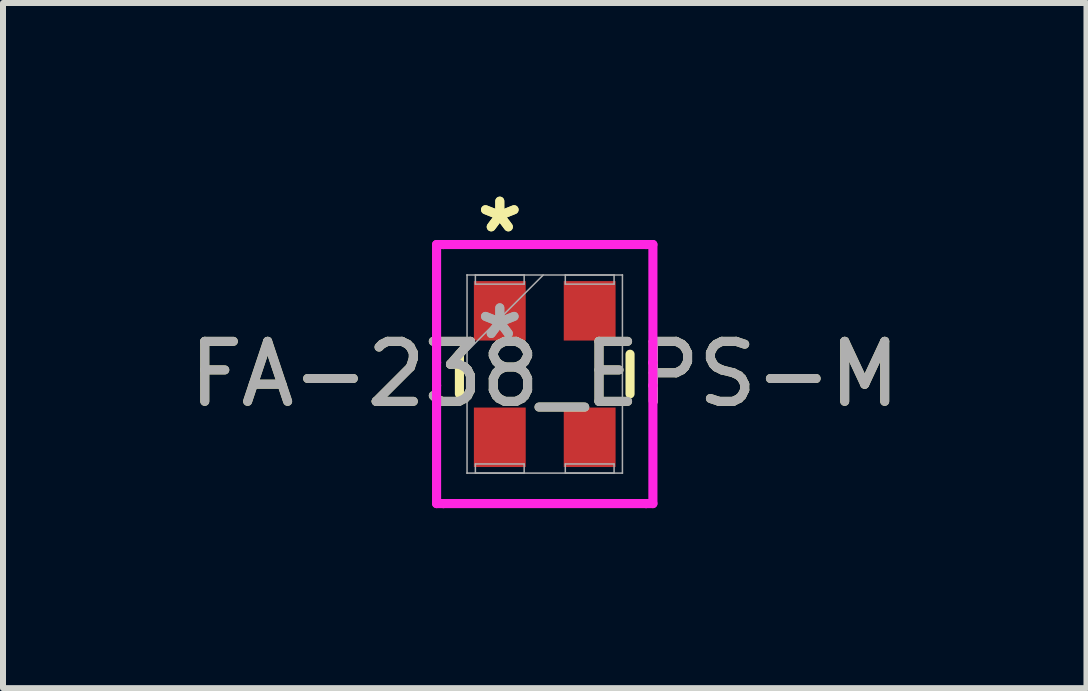
<source format=kicad_pcb>
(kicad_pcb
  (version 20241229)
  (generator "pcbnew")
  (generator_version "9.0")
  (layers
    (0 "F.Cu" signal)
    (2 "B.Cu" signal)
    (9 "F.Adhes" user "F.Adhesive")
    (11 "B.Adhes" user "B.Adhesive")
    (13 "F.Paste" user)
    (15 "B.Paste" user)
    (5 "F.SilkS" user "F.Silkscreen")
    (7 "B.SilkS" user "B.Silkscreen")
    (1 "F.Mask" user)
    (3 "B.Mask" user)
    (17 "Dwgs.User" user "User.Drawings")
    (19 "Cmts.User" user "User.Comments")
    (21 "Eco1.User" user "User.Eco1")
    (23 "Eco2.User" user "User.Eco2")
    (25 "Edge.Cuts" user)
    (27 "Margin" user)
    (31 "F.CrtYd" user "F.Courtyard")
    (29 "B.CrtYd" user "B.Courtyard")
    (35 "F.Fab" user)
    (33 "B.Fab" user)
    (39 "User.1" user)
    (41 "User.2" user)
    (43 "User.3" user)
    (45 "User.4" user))
  (footprint "FA-238_EPS-M"
    (layer "F.Cu")
    (at 6.03 3.185)
    (property "Reference" "FA-238_EPS-M" (at 0 0 0) (unlocked yes) (layer "F.SilkS") (effects (font (size 1 1) (thickness 0.15))))
    (attr smd)
    (fp_line (start -1.422 -0.33) (end -1.422 0.33) (stroke (width 0.152) (type solid)) (layer "F.SilkS"))
    (fp_line (start 1.422 0.33) (end 1.422 -0.33) (stroke (width 0.152) (type solid)) (layer "F.SilkS"))
    (fp_line (start -1.803 -2.159) (end -1.689 -2.159) (stroke (width 0.152) (type solid)) (layer "F.CrtYd"))
    (fp_line (start -1.803 -0.191) (end -1.803 -2.159) (stroke (width 0.152) (type solid)) (layer "F.CrtYd"))
    (fp_line (start -1.803 -0.191) (end -1.803 -0.191) (stroke (width 0.152) (type solid)) (layer "F.CrtYd"))
    (fp_line (start -1.803 0.191) (end -1.803 -0.191) (stroke (width 0.152) (type solid)) (layer "F.CrtYd"))
    (fp_line (start -1.803 0.191) (end -1.803 0.191) (stroke (width 0.152) (type solid)) (layer "F.CrtYd"))
    (fp_line (start -1.803 2.159) (end -1.803 0.191) (stroke (width 0.152) (type solid)) (layer "F.CrtYd"))
    (fp_line (start -1.689 -2.159) (end -1.689 -2.159) (stroke (width 0.152) (type solid)) (layer "F.CrtYd"))
    (fp_line (start -1.689 -2.159) (end 1.689 -2.159) (stroke (width 0.152) (type solid)) (layer "F.CrtYd"))
    (fp_line (start -1.689 2.159) (end -1.803 2.159) (stroke (width 0.152) (type solid)) (layer "F.CrtYd"))
    (fp_line (start -1.689 2.159) (end -1.689 2.159) (stroke (width 0.152) (type solid)) (layer "F.CrtYd"))
    (fp_line (start 1.689 -2.159) (end 1.689 -2.159) (stroke (width 0.152) (type solid)) (layer "F.CrtYd"))
    (fp_line (start 1.689 -2.159) (end 1.803 -2.159) (stroke (width 0.152) (type solid)) (layer "F.CrtYd"))
    (fp_line (start 1.689 2.159) (end -1.689 2.159) (stroke (width 0.152) (type solid)) (layer "F.CrtYd"))
    (fp_line (start 1.689 2.159) (end 1.689 2.159) (stroke (width 0.152) (type solid)) (layer "F.CrtYd"))
    (fp_line (start 1.803 -2.159) (end 1.803 -0.191) (stroke (width 0.152) (type solid)) (layer "F.CrtYd"))
    (fp_line (start 1.803 -0.191) (end 1.803 -0.191) (stroke (width 0.152) (type solid)) (layer "F.CrtYd"))
    (fp_line (start 1.803 -0.191) (end 1.803 0.191) (stroke (width 0.152) (type solid)) (layer "F.CrtYd"))
    (fp_line (start 1.803 0.191) (end 1.803 0.191) (stroke (width 0.152) (type solid)) (layer "F.CrtYd"))
    (fp_line (start 1.803 0.191) (end 1.803 2.159) (stroke (width 0.152) (type solid)) (layer "F.CrtYd"))
    (fp_line (start 1.803 2.159) (end 1.689 2.159) (stroke (width 0.152) (type solid)) (layer "F.CrtYd"))
    (fp_line (start -1.295 -1.651) (end -1.295 -1.651) (stroke (width 0.025) (type solid)) (layer "F.Fab"))
    (fp_line (start -1.295 -1.651) (end -1.295 1.651) (stroke (width 0.025) (type solid)) (layer "F.Fab"))
    (fp_line (start -1.295 -0.381) (end -0.025 -1.651) (stroke (width 0.025) (type solid)) (layer "F.Fab"))
    (fp_line (start -1.295 1.651) (end -1.295 1.651) (stroke (width 0.025) (type solid)) (layer "F.Fab"))
    (fp_line (start -1.295 1.651) (end 1.295 1.651) (stroke (width 0.025) (type solid)) (layer "F.Fab"))
    (fp_line (start -1.156 -1.651) (end -0.343 -1.651) (stroke (width 0.025) (type solid)) (layer "F.Fab"))
    (fp_line (start -1.156 -1.499) (end -1.156 -1.651) (stroke (width 0.025) (type solid)) (layer "F.Fab"))
    (fp_line (start -1.156 1.499) (end -0.343 1.499) (stroke (width 0.025) (type solid)) (layer "F.Fab"))
    (fp_line (start -1.156 1.651) (end -1.156 1.499) (stroke (width 0.025) (type solid)) (layer "F.Fab"))
    (fp_line (start -0.343 -1.651) (end -0.343 -1.499) (stroke (width 0.025) (type solid)) (layer "F.Fab"))
    (fp_line (start -0.343 -1.499) (end -1.156 -1.499) (stroke (width 0.025) (type solid)) (layer "F.Fab"))
    (fp_line (start -0.343 1.499) (end -0.343 1.651) (stroke (width 0.025) (type solid)) (layer "F.Fab"))
    (fp_line (start -0.343 1.651) (end -1.156 1.651) (stroke (width 0.025) (type solid)) (layer "F.Fab"))
    (fp_line (start 0.343 -1.651) (end 1.156 -1.651) (stroke (width 0.025) (type solid)) (layer "F.Fab"))
    (fp_line (start 0.343 -1.499) (end 0.343 -1.651) (stroke (width 0.025) (type solid)) (layer "F.Fab"))
    (fp_line (start 0.343 1.499) (end 1.156 1.499) (stroke (width 0.025) (type solid)) (layer "F.Fab"))
    (fp_line (start 0.343 1.651) (end 0.343 1.499) (stroke (width 0.025) (type solid)) (layer "F.Fab"))
    (fp_line (start 1.156 -1.651) (end 1.156 -1.499) (stroke (width 0.025) (type solid)) (layer "F.Fab"))
    (fp_line (start 1.156 -1.499) (end 0.343 -1.499) (stroke (width 0.025) (type solid)) (layer "F.Fab"))
    (fp_line (start 1.156 1.499) (end 1.156 1.651) (stroke (width 0.025) (type solid)) (layer "F.Fab"))
    (fp_line (start 1.156 1.651) (end 0.343 1.651) (stroke (width 0.025) (type solid)) (layer "F.Fab"))
    (fp_line (start 1.295 -1.651) (end -1.295 -1.651) (stroke (width 0.025) (type solid)) (layer "F.Fab"))
    (fp_line (start 1.295 -1.651) (end 1.295 -1.651) (stroke (width 0.025) (type solid)) (layer "F.Fab"))
    (fp_line (start 1.295 1.651) (end 1.295 -1.651) (stroke (width 0.025) (type solid)) (layer "F.Fab"))
    (fp_line (start 1.295 1.651) (end 1.295 1.651) (stroke (width 0.025) (type solid)) (layer "F.Fab"))
    (fp_text user "*" (at -0.749 -2.337 0) (layer "F.SilkS") (effects (font (size 1 1) (thickness 0.15))))
    (fp_text user "*" (at -0.749 -2.337 0) (unlocked yes) (layer "F.SilkS") (effects (font (size 1 1) (thickness 0.15))))
    (fp_text user "${REFERENCE}" (at 0 0 0) (unlocked yes) (layer "F.Fab") (effects (font (size 1 1) (thickness 0.15))))
    (fp_text user "*" (at -0.749 -0.559 0) (layer "F.Fab") (effects (font (size 1 1) (thickness 0.15))))
    (fp_text user "*" (at -0.749 -0.559 0) (unlocked yes) (layer "F.Fab") (effects (font (size 1 1) (thickness 0.15))))
    (pad "1" smd rect (at -0.749 -1.054) (size 0.864 0.991) (layers "F.Cu" "F.Mask" "F.Paste"))
    (pad "2" smd rect (at -0.749 1.054) (size 0.864 0.991) (layers "F.Cu" "F.Mask" "F.Paste"))
    (pad "3" smd rect (at 0.749 1.054) (size 0.864 0.991) (layers "F.Cu" "F.Mask" "F.Paste"))
    (pad "4" smd rect (at 0.749 -1.054) (size 0.864 0.991) (layers "F.Cu" "F.Mask" "F.Paste")))
  (gr_rect
    (start -3 -3)
    (end 15.06 8.42)
    (stroke (width 0.1) (type default))
    (fill no)
    (layer "Edge.Cuts")))
</source>
